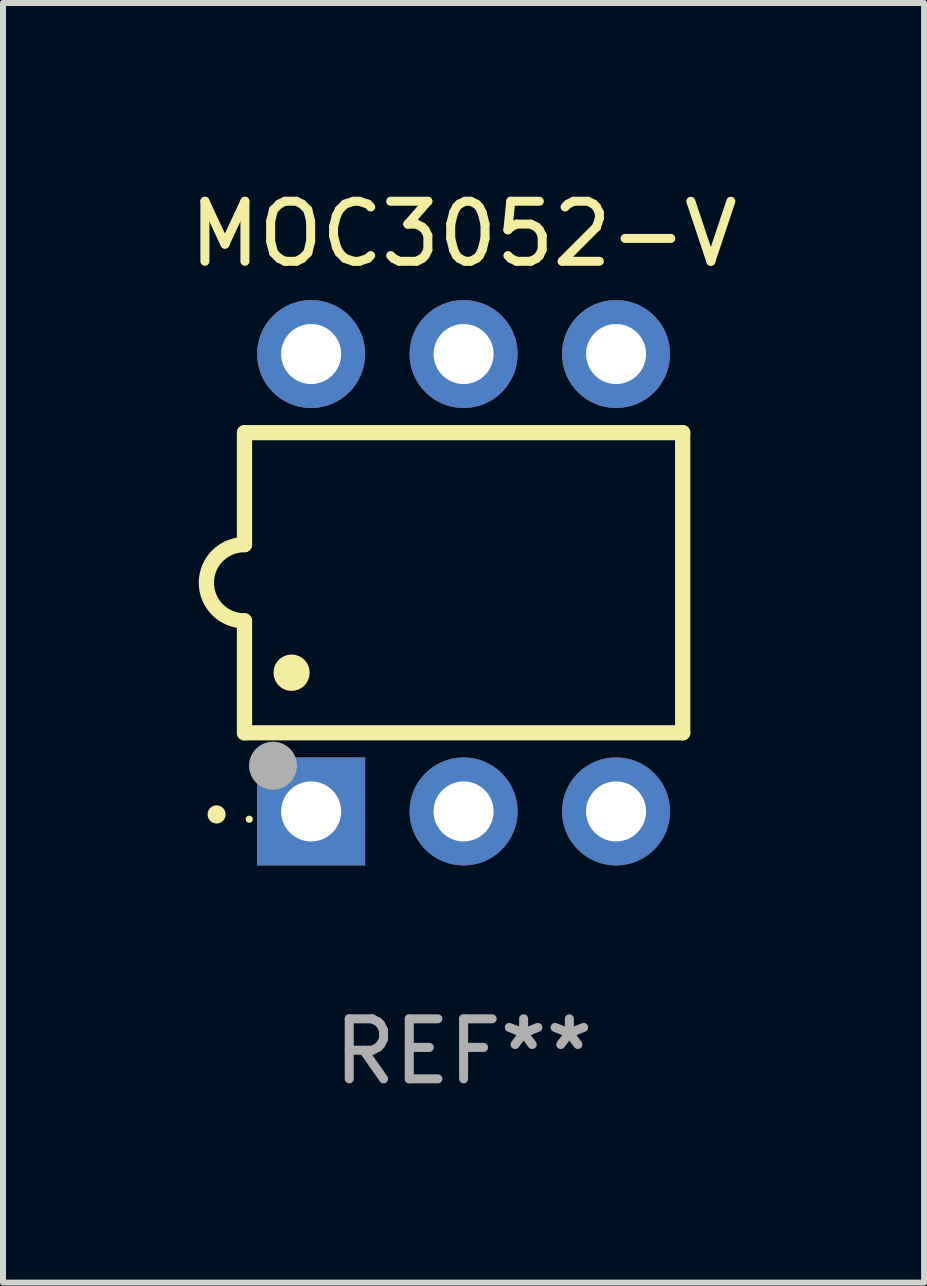
<source format=kicad_pcb>
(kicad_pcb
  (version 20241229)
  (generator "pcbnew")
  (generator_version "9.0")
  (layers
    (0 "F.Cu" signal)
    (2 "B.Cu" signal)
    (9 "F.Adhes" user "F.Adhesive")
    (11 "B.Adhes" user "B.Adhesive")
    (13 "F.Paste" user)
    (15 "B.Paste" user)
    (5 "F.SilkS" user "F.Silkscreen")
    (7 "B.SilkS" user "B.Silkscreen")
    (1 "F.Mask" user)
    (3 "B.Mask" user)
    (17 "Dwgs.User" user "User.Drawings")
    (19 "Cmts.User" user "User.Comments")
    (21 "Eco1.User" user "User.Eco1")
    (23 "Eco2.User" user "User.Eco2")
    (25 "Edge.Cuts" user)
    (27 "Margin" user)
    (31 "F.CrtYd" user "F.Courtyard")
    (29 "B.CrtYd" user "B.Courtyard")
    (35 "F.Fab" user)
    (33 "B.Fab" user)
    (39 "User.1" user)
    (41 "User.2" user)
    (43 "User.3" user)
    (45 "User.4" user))
  (footprint "MOC3052-V"
    (layer "F.Cu")
    (at 4.673 6.658)
    (property "Reference" "MOC3052-V" (at 0 -5.81 0) (layer "F.SilkS") (effects (font (size 1 1) (thickness 0.15))))
    (attr through_hole)
    (fp_line (start -3.65 -2.5) (end 3.65 -2.5) (stroke (width 0.254) (type solid)) (layer "F.SilkS"))
    (fp_line (start -3.65 -0.635) (end -3.65 -2.5) (stroke (width 0.254) (type solid)) (layer "F.SilkS"))
    (fp_line (start -3.65 0.635) (end -3.65 2.5) (stroke (width 0.254) (type solid)) (layer "F.SilkS"))
    (fp_line (start -3.65 2.5) (end 3.65 2.5) (stroke (width 0.254) (type solid)) (layer "F.SilkS"))
    (fp_line (start 3.65 -2.5) (end 3.65 2.5) (stroke (width 0.254) (type solid)) (layer "F.SilkS"))
    (fp_arc (start -4.114808 3.860808) (mid -4.114813 3.859538) (end -4.114808 3.858268) (stroke (width 0.3) (type solid)) (layer "F.SilkS"))
    (fp_arc (start -3.650013 0.635001) (mid -4.285014 0) (end -3.650013 -0.635001) (stroke (width 0.254001) (type solid)) (layer "F.SilkS"))
    (fp_arc (start -2.865405 1.501143) (mid -2.865416 1.498603) (end -2.865405 1.496063) (stroke (width 0.6) (type solid)) (layer "F.SilkS"))
    (fp_circle (center -3.57 3.94) (end -3.54 3.94) (stroke (width 0.06) (type solid)) (fill no) (layer "F.SilkS"))
    (fp_circle (center -3.175 3.048) (end -2.975 3.048) (stroke (width 0.4) (type solid)) (fill no) (layer "F.Fab"))
    (fp_text user "REF**" (at 0 7.81 0) (layer "F.Fab") (effects (font (size 1 1) (thickness 0.15))))
    (pad "1" thru_hole rect (at -2.54 3.81 90) (size 1.8 1.8) (drill 1) (layers "*.Cu" "*.Mask"))
    (pad "2" thru_hole circle (at 0 3.81) (size 1.8 1.8) (drill 1) (layers "*.Cu" "*.Mask"))
    (pad "3" thru_hole circle (at 2.54 3.81) (size 1.8 1.8) (drill 1) (layers "*.Cu" "*.Mask"))
    (pad "4" thru_hole circle (at 2.54 -3.81) (size 1.8 1.8) (drill 1) (layers "*.Cu" "*.Mask"))
    (pad "5" thru_hole circle (at 0 -3.81) (size 1.8 1.8) (drill 1) (layers "*.Cu" "*.Mask"))
    (pad "6" thru_hole circle (at -2.54 -3.81) (size 1.8 1.8) (drill 1) (layers "*.Cu" "*.Mask")))
  (gr_rect
    (start -3 -3)
    (end 12.345 18.317)
    (stroke (width 0.1) (type default))
    (fill no)
    (layer "Edge.Cuts")))
</source>
